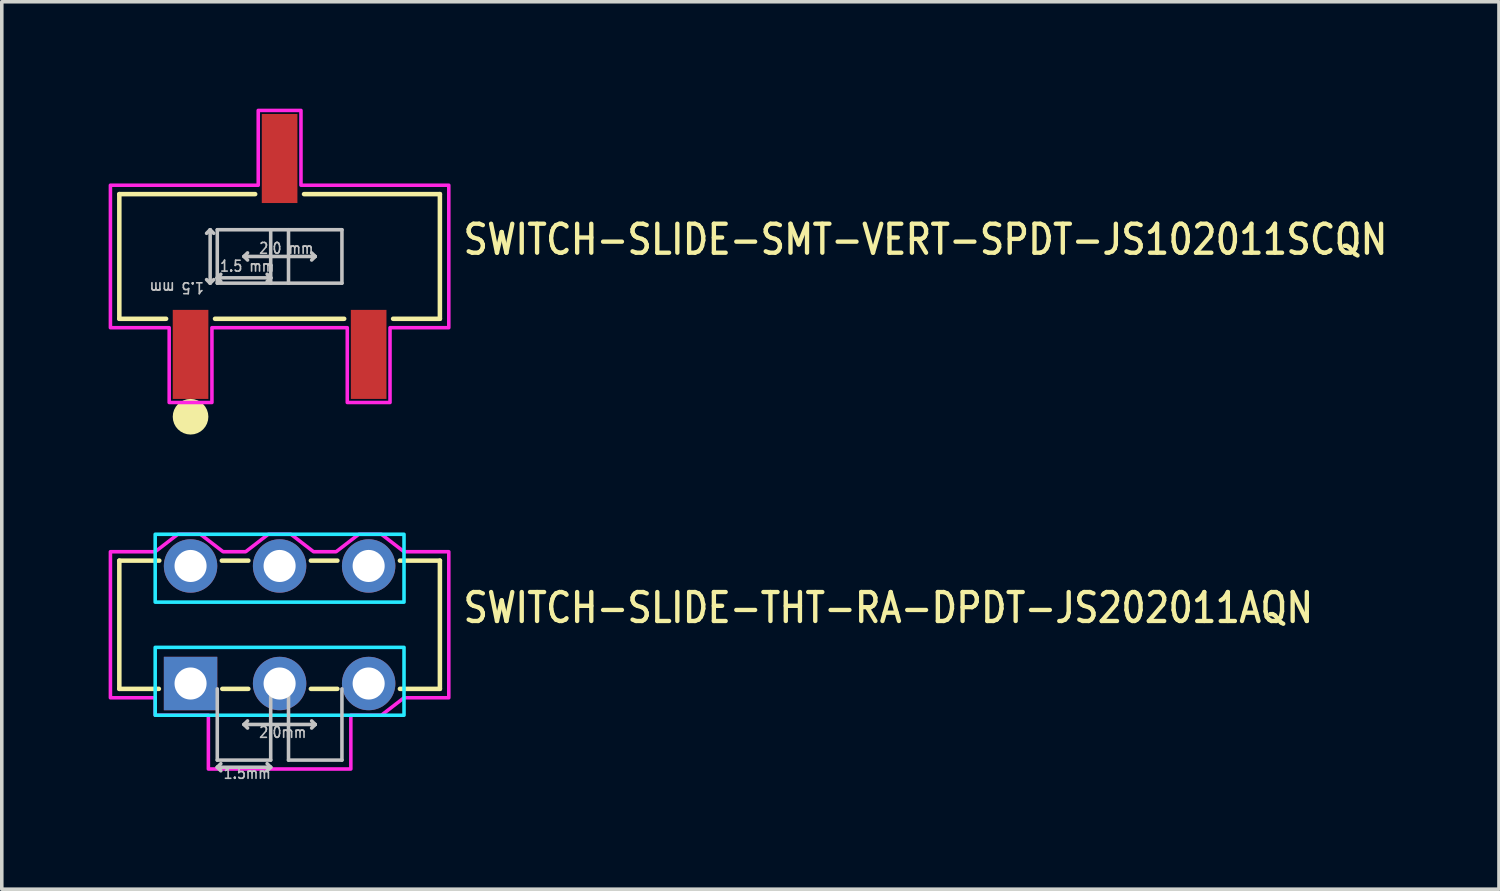
<source format=kicad_pcb>
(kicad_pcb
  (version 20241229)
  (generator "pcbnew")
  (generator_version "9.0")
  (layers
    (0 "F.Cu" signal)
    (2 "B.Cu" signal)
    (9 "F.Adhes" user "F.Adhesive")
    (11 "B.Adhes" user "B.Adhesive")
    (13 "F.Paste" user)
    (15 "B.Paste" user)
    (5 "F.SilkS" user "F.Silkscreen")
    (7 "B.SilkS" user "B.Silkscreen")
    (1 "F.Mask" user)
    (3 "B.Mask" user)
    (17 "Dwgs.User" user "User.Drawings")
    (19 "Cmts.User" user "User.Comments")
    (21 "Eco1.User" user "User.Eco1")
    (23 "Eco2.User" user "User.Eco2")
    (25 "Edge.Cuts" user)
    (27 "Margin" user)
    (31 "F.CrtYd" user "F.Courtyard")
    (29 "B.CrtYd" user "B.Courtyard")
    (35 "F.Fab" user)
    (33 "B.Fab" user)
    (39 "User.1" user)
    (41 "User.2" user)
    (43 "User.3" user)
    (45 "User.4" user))
  (footprint "SWITCH-SLIDE-THT-RA-DPDT-JS202011AQN"
    (layer "F.Cu")
    (at 4.8 14.49)
    (property "Reference" "SWITCH-SLIDE-THT-RA-DPDT-JS202011AQN" (at 5.096 0 0) (unlocked yes) (layer "F.SilkS") (effects (font (size 0.813 0.695) (thickness 0.122)) (justify left bottom)))
    (fp_line (start -4.5 -1.8) (end -4.5 1.8) (stroke (width 0.127) (type solid)) (layer "F.SilkS"))
    (fp_line (start -4.5 1.8) (end -3.39 1.8) (stroke (width 0.127) (type solid)) (layer "F.SilkS"))
    (fp_line (start -3.378 -1.8) (end -4.5 -1.8) (stroke (width 0.127) (type solid)) (layer "F.SilkS"))
    (fp_line (start -1.609 1.8) (end -0.878 1.8) (stroke (width 0.127) (type solid)) (layer "F.SilkS"))
    (fp_line (start -0.878 -1.8) (end -1.622 -1.8) (stroke (width 0.127) (type solid)) (layer "F.SilkS"))
    (fp_line (start 1.622 -1.8) (end 0.878 -1.8) (stroke (width 0.127) (type solid)) (layer "F.SilkS"))
    (fp_line (start 1.622 1.8) (end 0.878 1.8) (stroke (width 0.127) (type solid)) (layer "F.SilkS"))
    (fp_line (start 3.378 -1.8) (end 4.5 -1.8) (stroke (width 0.127) (type solid)) (layer "F.SilkS"))
    (fp_line (start 4.5 -1.8) (end 4.5 1.8) (stroke (width 0.127) (type solid)) (layer "F.SilkS"))
    (fp_line (start 4.5 1.8) (end 3.378 1.8) (stroke (width 0.127) (type solid)) (layer "F.SilkS"))
    (fp_line (start -1.75 3.8) (end -1.75 1.8) (stroke (width 0.1) (type solid)) (layer "Dwgs.User"))
    (fp_line (start -1.75 4) (end -1.65 3.9) (stroke (width 0.1) (type solid)) (layer "Dwgs.User"))
    (fp_line (start -1.75 4) (end -1.65 4.1) (stroke (width 0.1) (type solid)) (layer "Dwgs.User"))
    (fp_line (start -1.75 4) (end -0.25 4) (stroke (width 0.1) (type solid)) (layer "Dwgs.User"))
    (fp_line (start -1 2.8) (end -0.9 2.7) (stroke (width 0.1) (type solid)) (layer "Dwgs.User"))
    (fp_line (start -1 2.8) (end -0.9 2.9) (stroke (width 0.1) (type solid)) (layer "Dwgs.User"))
    (fp_line (start -1 2.8) (end 1 2.8) (stroke (width 0.1) (type solid)) (layer "Dwgs.User"))
    (fp_line (start -0.25 1.8) (end -0.25 3.8) (stroke (width 0.1) (type solid)) (layer "Dwgs.User"))
    (fp_line (start -0.25 3.8) (end -1.75 3.8) (stroke (width 0.1) (type solid)) (layer "Dwgs.User"))
    (fp_line (start -0.25 4) (end -0.35 3.9) (stroke (width 0.1) (type solid)) (layer "Dwgs.User"))
    (fp_line (start -0.25 4) (end -0.35 4.1) (stroke (width 0.1) (type solid)) (layer "Dwgs.User"))
    (fp_line (start 0.25 3.8) (end 0.25 1.8) (stroke (width 0.1) (type solid)) (layer "Dwgs.User"))
    (fp_line (start 1 2.8) (end 0.9 2.7) (stroke (width 0.1) (type solid)) (layer "Dwgs.User"))
    (fp_line (start 1 2.8) (end 0.9 2.9) (stroke (width 0.1) (type solid)) (layer "Dwgs.User"))
    (fp_line (start 1.75 1.8) (end 1.75 3.8) (stroke (width 0.1) (type solid)) (layer "Dwgs.User"))
    (fp_line (start 1.75 3.8) (end 0.25 3.8) (stroke (width 0.1) (type solid)) (layer "Dwgs.User"))
    (fp_poly (pts (xy -3.493 -2.54) (xy 3.493 -2.54) (xy 3.493 -0.635) (xy -3.493 -0.635)) (stroke (width 0.1) (type solid)) (fill no) (layer "B.CrtYd"))
    (fp_poly (pts (xy -3.493 0.635) (xy 3.493 0.635) (xy 3.493 2.54) (xy -3.493 2.54)) (stroke (width 0.1) (type solid)) (fill no) (layer "B.CrtYd"))
    (fp_poly (pts (xy -4.75 -2.05) (xy -3.493 -2.05) (xy -2.857 -2.54) (xy -2.223 -2.54) (xy -1.587 -2.05) (xy -0.953 -2.05) (xy -0.318 -2.54) (xy 0.318 -2.54) (xy 0.953 -2.05) (xy 1.587 -2.05) (xy 2.223 -2.54) (xy 2.857 -2.54) (xy 3.493 -2.05) (xy 4.75 -2.05) (xy 4.75 2.05) (xy 3.493 2.05) (xy 2.857 2.54) (xy 2 2.54) (xy 2 4.05) (xy -2 4.05) (xy -2 2.54) (xy -3.493 2.54) (xy -3.493 2.05) (xy -4.75 2.05)) (stroke (width 0.1) (type solid)) (fill no) (layer "F.CrtYd"))
    (fp_text user "2.0mm" (at -0.6 3.2 0) (unlocked yes) (layer "Dwgs.User") (effects (font (size 0.305 0.261) (thickness 0.046)) (justify left bottom)))
    (fp_text user "1.5mm" (at -1.6 4.35 0) (unlocked yes) (layer "Dwgs.User") (effects (font (size 0.305 0.261) (thickness 0.046)) (justify left bottom)))
    (pad "1" thru_hole rect (at -2.5 1.65) (size 1.5 1.5) (drill 0.9) (layers "*.Cu" "*.Mask"))
    (pad "2" thru_hole oval (at 0 1.65) (size 1.5 1.5) (drill 0.9) (layers "*.Cu" "*.Mask"))
    (pad "3" thru_hole oval (at 2.5 1.65) (size 1.5 1.5) (drill 0.9) (layers "*.Cu" "*.Mask"))
    (pad "4" thru_hole oval (at -2.5 -1.65) (size 1.5 1.5) (drill 0.9) (layers "*.Cu" "*.Mask"))
    (pad "5" thru_hole oval (at 0 -1.65) (size 1.5 1.5) (drill 0.9) (layers "*.Cu" "*.Mask"))
    (pad "6" thru_hole oval (at 2.5 -1.65) (size 1.5 1.5) (drill 0.9) (layers "*.Cu" "*.Mask")))
  (footprint "SWITCH-SLIDE-SMT-VERT-SPDT-JS102011SCQN"
    (layer "F.Cu")
    (at 4.8 4.15)
    (property "Reference" "SWITCH-SLIDE-SMT-VERT-SPDT-JS102011SCQN" (at 5.096 0 0) (unlocked yes) (layer "F.SilkS") (effects (font (size 0.813 0.695) (thickness 0.122)) (justify left bottom)))
    (fp_line (start -4.5 -1.75) (end -4.5 1.75) (stroke (width 0.127) (type solid)) (layer "F.SilkS"))
    (fp_line (start -4.5 1.75) (end -3.187 1.75) (stroke (width 0.127) (type solid)) (layer "F.SilkS"))
    (fp_line (start -1.813 1.75) (end 1.813 1.75) (stroke (width 0.127) (type solid)) (layer "F.SilkS"))
    (fp_line (start -0.686 -1.75) (end -4.5 -1.75) (stroke (width 0.127) (type solid)) (layer "F.SilkS"))
    (fp_line (start 0.686 -1.75) (end 4.5 -1.75) (stroke (width 0.127) (type solid)) (layer "F.SilkS"))
    (fp_line (start 4.5 -1.75) (end 4.5 1.75) (stroke (width 0.127) (type solid)) (layer "F.SilkS"))
    (fp_line (start 4.5 1.75) (end 3.187 1.75) (stroke (width 0.127) (type solid)) (layer "F.SilkS"))
    (fp_circle (center -2.5 4.5) (end -2.5 4.5) (stroke (width 0.5) (type solid)) (fill no) (layer "F.SilkS"))
    (fp_line (start -1.95 -0.75) (end -2.05 -0.65) (stroke (width 0.1) (type solid)) (layer "Dwgs.User"))
    (fp_line (start -1.95 -0.75) (end -1.95 0.75) (stroke (width 0.1) (type solid)) (layer "Dwgs.User"))
    (fp_line (start -1.95 0.75) (end -2.05 0.65) (stroke (width 0.1) (type solid)) (layer "Dwgs.User"))
    (fp_line (start -1.95 0.75) (end -1.85 0.65) (stroke (width 0.1) (type solid)) (layer "Dwgs.User"))
    (fp_line (start -1.85 -0.65) (end -1.95 -0.75) (stroke (width 0.1) (type solid)) (layer "Dwgs.User"))
    (fp_line (start -1.75 -0.75) (end -0.25 -0.75) (stroke (width 0.1) (type solid)) (layer "Dwgs.User"))
    (fp_line (start -1.75 0.6) (end -1.75 -0.75) (stroke (width 0.1) (type solid)) (layer "Dwgs.User"))
    (fp_line (start -1.75 0.6) (end -1.65 0.5) (stroke (width 0.1) (type solid)) (layer "Dwgs.User"))
    (fp_line (start -1.75 0.6) (end -1.65 0.7) (stroke (width 0.1) (type solid)) (layer "Dwgs.User"))
    (fp_line (start -1.75 0.6) (end -0.25 0.6) (stroke (width 0.1) (type solid)) (layer "Dwgs.User"))
    (fp_line (start -1.75 0.75) (end -1.75 0.6) (stroke (width 0.1) (type solid)) (layer "Dwgs.User"))
    (fp_line (start -1 0) (end -0.9 -0.1) (stroke (width 0.1) (type solid)) (layer "Dwgs.User"))
    (fp_line (start -1 0) (end -0.9 0.1) (stroke (width 0.1) (type solid)) (layer "Dwgs.User"))
    (fp_line (start -0.25 -0.75) (end -0.25 0.6) (stroke (width 0.1) (type solid)) (layer "Dwgs.User"))
    (fp_line (start -0.25 -0.75) (end 0.25 -0.75) (stroke (width 0.1) (type solid)) (layer "Dwgs.User"))
    (fp_line (start -0.25 0.6) (end -0.35 0.5) (stroke (width 0.1) (type solid)) (layer "Dwgs.User"))
    (fp_line (start -0.25 0.6) (end -0.35 0.7) (stroke (width 0.1) (type solid)) (layer "Dwgs.User"))
    (fp_line (start -0.25 0.6) (end -0.25 0.75) (stroke (width 0.1) (type solid)) (layer "Dwgs.User"))
    (fp_line (start -0.25 0.75) (end -1.75 0.75) (stroke (width 0.1) (type solid)) (layer "Dwgs.User"))
    (fp_line (start 0.25 -0.75) (end 0.25 0.75) (stroke (width 0.1) (type solid)) (layer "Dwgs.User"))
    (fp_line (start 0.25 -0.75) (end 1.75 -0.75) (stroke (width 0.1) (type solid)) (layer "Dwgs.User"))
    (fp_line (start 0.25 0.75) (end -0.25 0.75) (stroke (width 0.1) (type solid)) (layer "Dwgs.User"))
    (fp_line (start 1 0) (end -1 0) (stroke (width 0.1) (type solid)) (layer "Dwgs.User"))
    (fp_line (start 1 0) (end 0.9 -0.1) (stroke (width 0.1) (type solid)) (layer "Dwgs.User"))
    (fp_line (start 1 0) (end 0.9 0.1) (stroke (width 0.1) (type solid)) (layer "Dwgs.User"))
    (fp_line (start 1.75 -0.75) (end 1.75 0.75) (stroke (width 0.1) (type solid)) (layer "Dwgs.User"))
    (fp_line (start 1.75 0.75) (end 0.25 0.75) (stroke (width 0.1) (type solid)) (layer "Dwgs.User"))
    (fp_poly (pts (xy -4.75 -2) (xy -0.6 -2) (xy -0.6 -4.1) (xy 0.6 -4.1) (xy 0.6 -2) (xy 4.75 -2) (xy 4.75 2) (xy 3.1 2) (xy 3.1 4.1) (xy 1.9 4.1) (xy 1.9 2) (xy -1.9 2) (xy -1.9 4.1) (xy -3.1 4.1) (xy -3.1 2) (xy -4.75 2)) (stroke (width 0.1) (type solid)) (fill no) (layer "F.CrtYd"))
    (fp_text user "2.0 mm" (at -0.6 -0.05 0) (unlocked yes) (layer "Dwgs.User") (effects (font (size 0.305 0.261) (thickness 0.046)) (justify left bottom)))
    (fp_text user "1.5 mm" (at -1.7 0.45 0) (unlocked yes) (layer "Dwgs.User") (effects (font (size 0.305 0.261) (thickness 0.046)) (justify left bottom)))
    (fp_text user "1.5 mm" (at -2.1 0.7 180) (unlocked yes) (layer "Dwgs.User") (effects (font (size 0.305 0.261) (thickness 0.046)) (justify left bottom)))
    (pad "1" smd rect (at -2.5 2.75) (size 1 2.5) (layers "F.Cu" "F.Mask" "F.Paste"))
    (pad "2" smd rect (at 0 -2.75) (size 1 2.5) (layers "F.Cu" "F.Mask" "F.Paste"))
    (pad "3" smd rect (at 2.5 2.75) (size 1 2.5) (layers "F.Cu" "F.Mask" "F.Paste")))
  (gr_rect
    (start -3 -3)
    (end 39.034 21.915)
    (stroke (width 0.1) (type default))
    (fill no)
    (layer "Edge.Cuts")))
</source>
